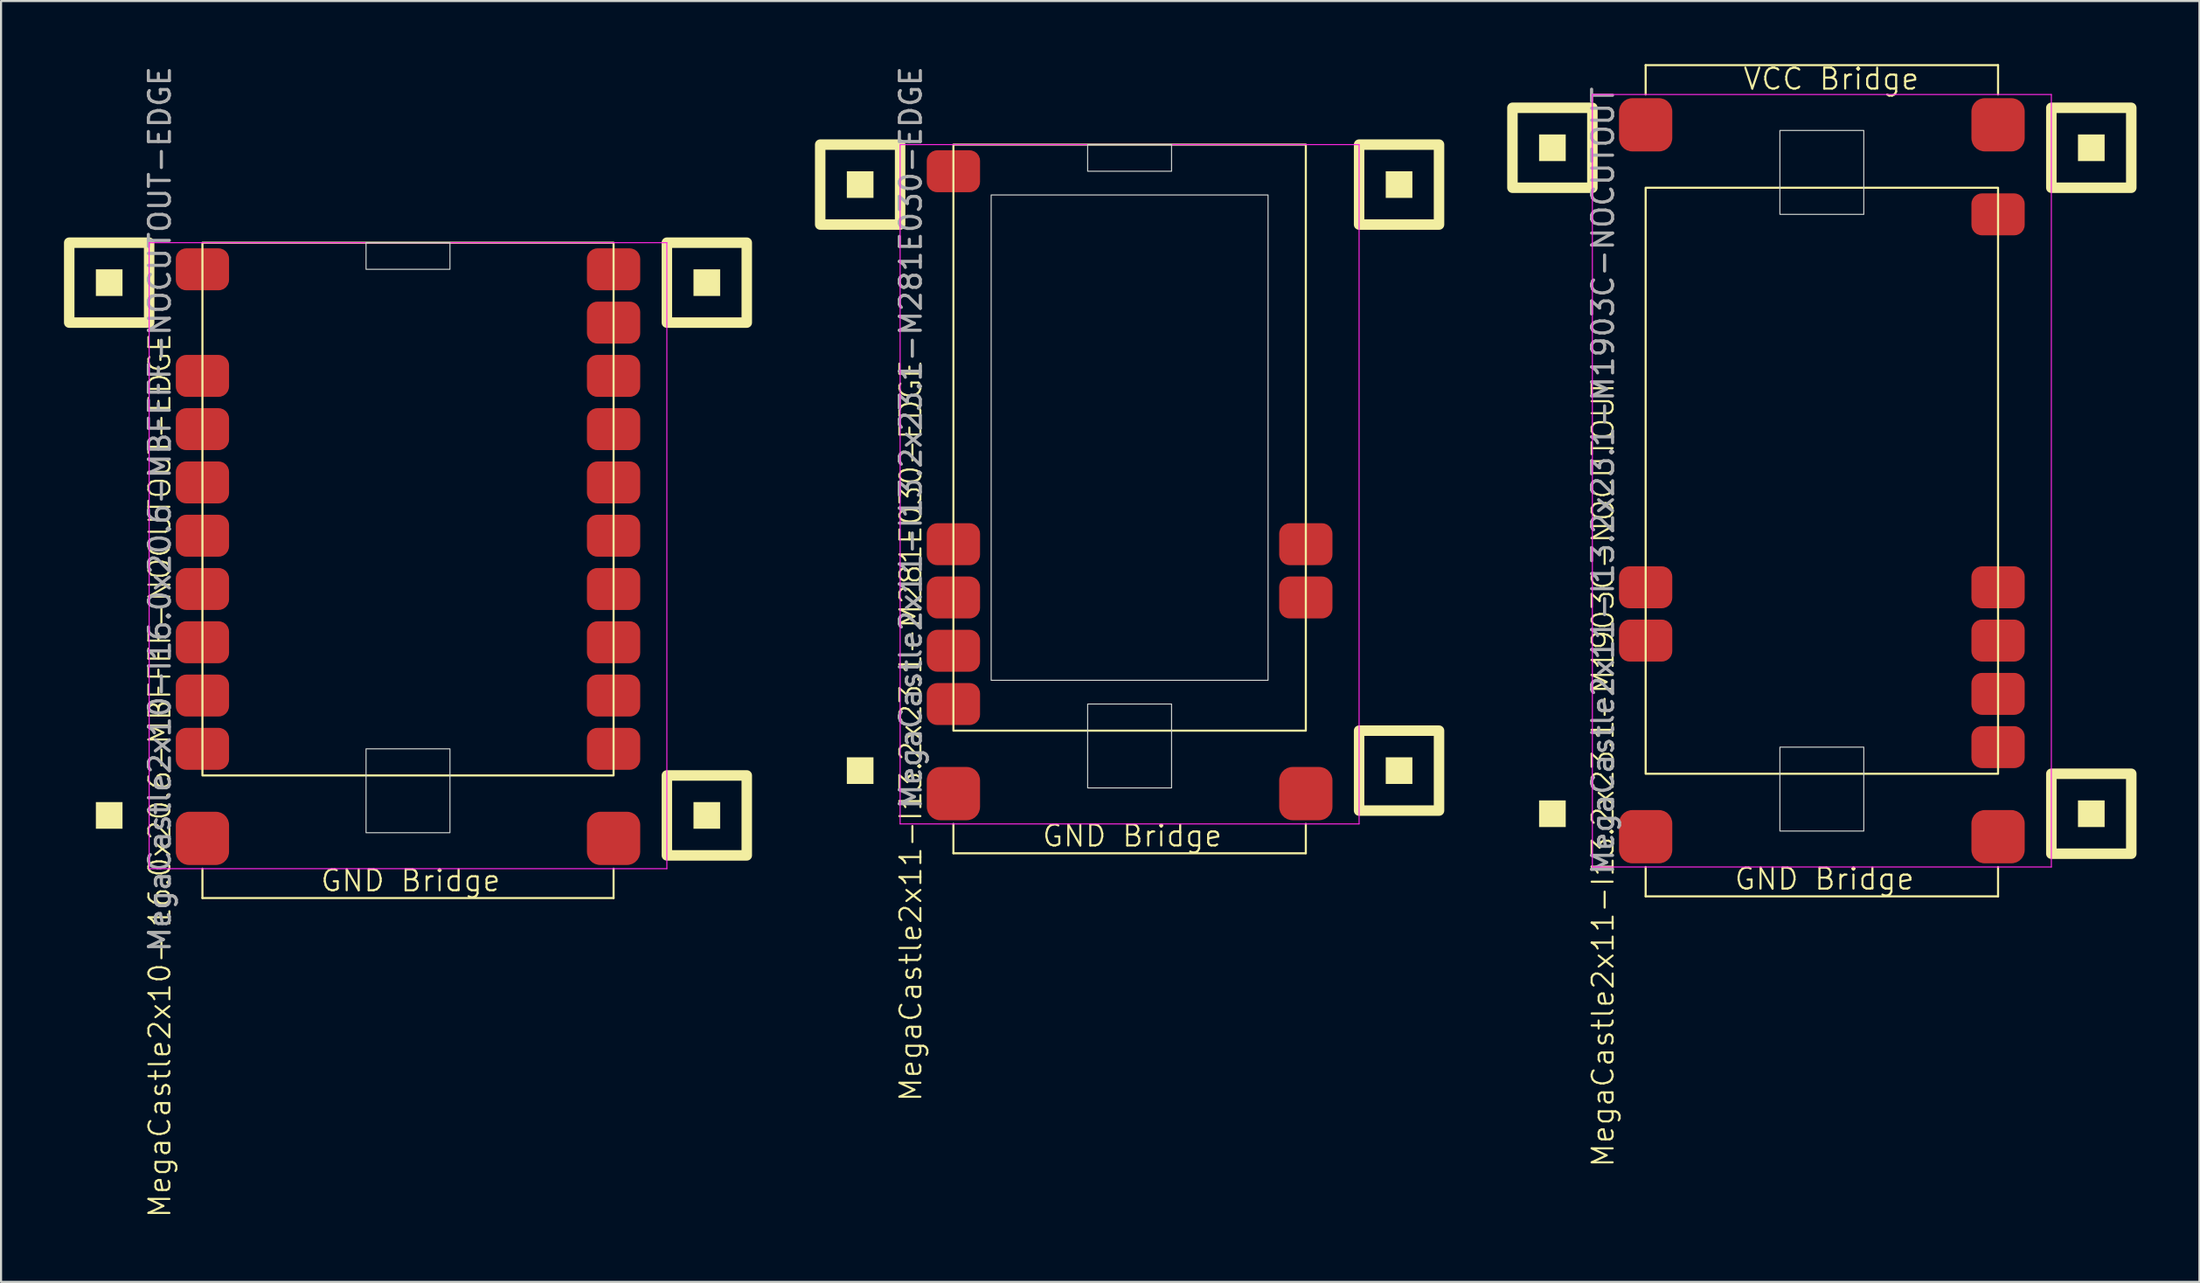
<source format=kicad_pcb>
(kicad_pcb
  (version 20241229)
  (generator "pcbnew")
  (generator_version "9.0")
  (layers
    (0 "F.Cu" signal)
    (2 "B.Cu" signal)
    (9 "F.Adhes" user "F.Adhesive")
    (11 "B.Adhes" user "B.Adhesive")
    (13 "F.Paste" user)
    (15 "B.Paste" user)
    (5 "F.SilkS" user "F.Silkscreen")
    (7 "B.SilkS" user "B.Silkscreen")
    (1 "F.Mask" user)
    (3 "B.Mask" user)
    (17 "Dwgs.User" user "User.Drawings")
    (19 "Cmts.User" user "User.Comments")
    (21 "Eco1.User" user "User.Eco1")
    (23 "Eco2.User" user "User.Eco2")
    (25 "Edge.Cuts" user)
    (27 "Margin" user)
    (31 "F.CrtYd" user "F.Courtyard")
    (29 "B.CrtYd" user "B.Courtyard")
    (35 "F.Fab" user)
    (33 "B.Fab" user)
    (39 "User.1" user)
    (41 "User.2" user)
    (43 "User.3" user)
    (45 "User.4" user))
  (footprint "MegaCastle2x11-I13.2x23.1-M1903C-NOCUTOUT"
    (layer "F.Cu")
    (at 83.8 19.87)
    (property "Reference" "MegaCastle2x11-I13.2x23.1-M1903C-NOCUTOUT" (at -10.432 13.97 90) (unlocked yes) (layer "F.SilkS") (effects (font (size 1 1) (thickness 0.1))))
    (attr smd)
    (fp_line (start -8.4 -19.815) (end 8.4 -19.815) (stroke (width 0.1) (type default)) (layer "F.SilkS"))
    (fp_line (start -8.4 -18.415) (end -8.4 -19.815) (stroke (width 0.1) (type default)) (layer "F.SilkS"))
    (fp_line (start -8.4 18.415) (end -8.4 19.815) (stroke (width 0.1) (type default)) (layer "F.SilkS"))
    (fp_line (start -8.4 19.815) (end 8.4 19.815) (stroke (width 0.1) (type default)) (layer "F.SilkS"))
    (fp_line (start 8.4 -18.415) (end 8.4 -19.815) (stroke (width 0.1) (type default)) (layer "F.SilkS"))
    (fp_line (start 8.4 18.415) (end 8.4 19.815) (stroke (width 0.1) (type default)) (layer "F.SilkS"))
    (fp_rect (start -12.21 -15.24) (end -13.48 -16.51) (stroke (width 0) (type solid)) (fill yes) (layer "F.SilkS"))
    (fp_rect (start -12.21 16.51) (end -13.48 15.24) (stroke (width 0) (type solid)) (fill yes) (layer "F.SilkS"))
    (fp_rect (start -10.94 -13.97) (end -14.75 -17.78) (stroke (width 0.5) (type default)) (fill no) (layer "F.SilkS"))
    (fp_rect (start -8.4 -13.97) (end 8.4 13.97) (stroke (width 0.1) (type default)) (fill no) (layer "F.SilkS"))
    (fp_rect (start 13.48 -15.24) (end 12.21 -16.51) (stroke (width 0) (type solid)) (fill yes) (layer "F.SilkS"))
    (fp_rect (start 13.48 16.51) (end 12.21 15.24) (stroke (width 0) (type solid)) (fill yes) (layer "F.SilkS"))
    (fp_rect (start 14.75 -13.97) (end 10.94 -17.78) (stroke (width 0.5) (type default)) (fill no) (layer "F.SilkS"))
    (fp_rect (start 14.75 17.78) (end 10.94 13.97) (stroke (width 0.5) (type default)) (fill no) (layer "F.SilkS"))
    (fp_rect (start -2 -12.7) (end 2 -16.7) (stroke (width 0.05) (type default)) (fill no) (layer "Edge.Cuts"))
    (fp_rect (start -2 12.7) (end 2 16.7) (stroke (width 0.05) (type default)) (fill no) (layer "Edge.Cuts"))
    (fp_line (start -10.94 -18.415) (end -10.94 18.415) (stroke (width 0.05) (type default)) (layer "F.CrtYd"))
    (fp_line (start -10.94 18.415) (end 10.94 18.415) (stroke (width 0.05) (type default)) (layer "F.CrtYd"))
    (fp_line (start 10.94 -18.415) (end -10.94 -18.415) (stroke (width 0.05) (type default)) (layer "F.CrtYd"))
    (fp_line (start 10.94 -18.415) (end 10.94 18.415) (stroke (width 0.05) (type default)) (layer "F.CrtYd"))
    (fp_text user "GND Bridge" (at -4.226 19.57 0) (unlocked yes) (layer "F.SilkS") (effects (font (size 1 1) (thickness 0.1)) (justify left bottom)))
    (fp_text user "VCC Bridge" (at -3.81 -18.57 0) (unlocked yes) (layer "F.SilkS") (effects (font (size 1 1) (thickness 0.1)) (justify left bottom)))
    (fp_text user "${REFERENCE}" (at -10.432 0 90) (unlocked yes) (layer "F.Fab") (effects (font (size 1 1) (thickness 0.15))))
    (pad "8" smd roundrect (at -8.4 5.08) (size 2.54 2) (layers "F.Cu" "F.Mask" "F.Paste") (roundrect_rratio 0.25))
    (pad "9" smd roundrect (at -8.4 7.62) (size 2.54 2) (layers "F.Cu" "F.Mask" "F.Paste") (roundrect_rratio 0.25))
    (pad "12" smd roundrect (at 8.4 -12.7) (size 2.54 2) (layers "F.Cu" "F.Mask" "F.Paste") (roundrect_rratio 0.25))
    (pad "19" smd roundrect (at 8.4 5.08) (size 2.54 2) (layers "F.Cu" "F.Mask" "F.Paste") (roundrect_rratio 0.25))
    (pad "20" smd roundrect (at 8.4 7.62) (size 2.54 2) (layers "F.Cu" "F.Mask" "F.Paste") (roundrect_rratio 0.25))
    (pad "21" smd roundrect (at 8.4 10.16) (size 2.54 2) (layers "F.Cu" "F.Mask" "F.Paste") (roundrect_rratio 0.25))
    (pad "22" smd roundrect (at 8.4 12.7) (size 2.54 2) (layers "F.Cu" "F.Mask" "F.Paste") (roundrect_rratio 0.25))
    (pad "A1" smd roundrect (at -8.4 -16.97) (size 2.54 2.54) (layers "F.Cu" "F.Mask" "F.Paste") (roundrect_rratio 0.25))
    (pad "A2" smd roundrect (at 8.4 -16.97) (size 2.54 2.54) (layers "F.Cu" "F.Mask" "F.Paste") (roundrect_rratio 0.25))
    (pad "B1" smd roundrect (at -8.4 16.97) (size 2.54 2.54) (layers "F.Cu" "F.Mask" "F.Paste") (roundrect_rratio 0.25))
    (pad "B2" smd roundrect (at 8.4 16.97) (size 2.54 2.54) (layers "F.Cu" "F.Mask" "F.Paste") (roundrect_rratio 0.25)))
  (footprint "MegaCastle2x10-I16.0x20.6-MBFFFF-NOCUTOUT-EDGE"
    (layer "F.Cu")
    (at 16.4 21.22)
    (property "Reference" "MegaCastle2x10-I16.0x20.6-MBFFFF-NOCUTOUT-EDGE" (at -11.832 12.7 90) (unlocked yes) (layer "F.SilkS") (effects (font (size 1 1) (thickness 0.1))))
    (attr smd)
    (fp_line (start -9.8 17.145) (end -9.8 18.545) (stroke (width 0.1) (type default)) (layer "F.SilkS"))
    (fp_line (start -9.8 18.545) (end 9.8 18.545) (stroke (width 0.1) (type default)) (layer "F.SilkS"))
    (fp_line (start 9.8 17.145) (end 9.8 18.545) (stroke (width 0.1) (type default)) (layer "F.SilkS"))
    (fp_rect (start -13.61 -10.16) (end -14.88 -11.43) (stroke (width 0) (type solid)) (fill yes) (layer "F.SilkS"))
    (fp_rect (start -13.61 15.24) (end -14.88 13.97) (stroke (width 0) (type solid)) (fill yes) (layer "F.SilkS"))
    (fp_rect (start -12.34 -8.89) (end -16.15 -12.7) (stroke (width 0.5) (type default)) (fill no) (layer "F.SilkS"))
    (fp_rect (start -9.8 -12.7) (end 9.8 12.7) (stroke (width 0.1) (type default)) (fill no) (layer "F.SilkS"))
    (fp_rect (start 14.88 -10.16) (end 13.61 -11.43) (stroke (width 0) (type solid)) (fill yes) (layer "F.SilkS"))
    (fp_rect (start 14.88 15.24) (end 13.61 13.97) (stroke (width 0) (type solid)) (fill yes) (layer "F.SilkS"))
    (fp_rect (start 16.15 -8.89) (end 12.34 -12.7) (stroke (width 0.5) (type default)) (fill no) (layer "F.SilkS"))
    (fp_rect (start 16.15 16.51) (end 12.34 12.7) (stroke (width 0.5) (type default)) (fill no) (layer "F.SilkS"))
    (fp_rect (start -2 -11.43) (end 2 -12.7) (stroke (width 0.05) (type default)) (fill no) (layer "Edge.Cuts"))
    (fp_rect (start -2 11.43) (end 2 15.43) (stroke (width 0.05) (type default)) (fill no) (layer "Edge.Cuts"))
    (fp_line (start -12.34 -12.7) (end -12.34 17.145) (stroke (width 0.05) (type default)) (layer "F.CrtYd"))
    (fp_line (start -12.34 17.145) (end 12.34 17.145) (stroke (width 0.05) (type default)) (layer "F.CrtYd"))
    (fp_line (start 12.34 -12.7) (end -12.34 -12.7) (stroke (width 0.05) (type default)) (layer "F.CrtYd"))
    (fp_line (start 12.34 -12.7) (end 12.34 17.145) (stroke (width 0.05) (type default)) (layer "F.CrtYd"))
    (fp_text user "GND Bridge" (at -4.226 18.3 0) (unlocked yes) (layer "F.SilkS") (effects (font (size 1 1) (thickness 0.1)) (justify left bottom)))
    (fp_text user "${REFERENCE}" (at -11.832 0 90) (unlocked yes) (layer "F.Fab") (effects (font (size 1 1) (thickness 0.15))))
    (pad "1" smd roundrect (at -9.8 -11.43) (size 2.54 2) (layers "F.Cu" "F.Mask" "F.Paste") (roundrect_rratio 0.25))
    (pad "3" smd roundrect (at -9.8 -6.35) (size 2.54 2) (layers "F.Cu" "F.Mask" "F.Paste") (roundrect_rratio 0.25))
    (pad "4" smd roundrect (at -9.8 -3.81) (size 2.54 2) (layers "F.Cu" "F.Mask" "F.Paste") (roundrect_rratio 0.25))
    (pad "5" smd roundrect (at -9.8 -1.27) (size 2.54 2) (layers "F.Cu" "F.Mask" "F.Paste") (roundrect_rratio 0.25))
    (pad "6" smd roundrect (at -9.8 1.27) (size 2.54 2) (layers "F.Cu" "F.Mask" "F.Paste") (roundrect_rratio 0.25))
    (pad "7" smd roundrect (at -9.8 3.81) (size 2.54 2) (layers "F.Cu" "F.Mask" "F.Paste") (roundrect_rratio 0.25))
    (pad "8" smd roundrect (at -9.8 6.35) (size 2.54 2) (layers "F.Cu" "F.Mask" "F.Paste") (roundrect_rratio 0.25))
    (pad "9" smd roundrect (at -9.8 8.89) (size 2.54 2) (layers "F.Cu" "F.Mask" "F.Paste") (roundrect_rratio 0.25))
    (pad "10" smd roundrect (at -9.8 11.43) (size 2.54 2) (layers "F.Cu" "F.Mask" "F.Paste") (roundrect_rratio 0.25))
    (pad "11" smd roundrect (at 9.8 -11.43) (size 2.54 2) (layers "F.Cu" "F.Mask" "F.Paste") (roundrect_rratio 0.25))
    (pad "12" smd roundrect (at 9.8 -8.89) (size 2.54 2) (layers "F.Cu" "F.Mask" "F.Paste") (roundrect_rratio 0.25))
    (pad "13" smd roundrect (at 9.8 -6.35) (size 2.54 2) (layers "F.Cu" "F.Mask" "F.Paste") (roundrect_rratio 0.25))
    (pad "14" smd roundrect (at 9.8 -3.81) (size 2.54 2) (layers "F.Cu" "F.Mask" "F.Paste") (roundrect_rratio 0.25))
    (pad "15" smd roundrect (at 9.8 -1.27) (size 2.54 2) (layers "F.Cu" "F.Mask" "F.Paste") (roundrect_rratio 0.25))
    (pad "16" smd roundrect (at 9.8 1.27) (size 2.54 2) (layers "F.Cu" "F.Mask" "F.Paste") (roundrect_rratio 0.25))
    (pad "17" smd roundrect (at 9.8 3.81) (size 2.54 2) (layers "F.Cu" "F.Mask" "F.Paste") (roundrect_rratio 0.25))
    (pad "18" smd roundrect (at 9.8 6.35) (size 2.54 2) (layers "F.Cu" "F.Mask" "F.Paste") (roundrect_rratio 0.25))
    (pad "19" smd roundrect (at 9.8 8.89) (size 2.54 2) (layers "F.Cu" "F.Mask" "F.Paste") (roundrect_rratio 0.25))
    (pad "20" smd roundrect (at 9.8 11.43) (size 2.54 2) (layers "F.Cu" "F.Mask" "F.Paste") (roundrect_rratio 0.25))
    (pad "B1" smd roundrect (at -9.8 15.7) (size 2.54 2.54) (layers "F.Cu" "F.Mask" "F.Paste") (roundrect_rratio 0.25))
    (pad "B2" smd roundrect (at 9.8 15.7) (size 2.54 2.54) (layers "F.Cu" "F.Mask" "F.Paste") (roundrect_rratio 0.25)))
  (footprint "MegaCastle2x11-I13.2x23.1-M281E030-EDGE"
    (layer "F.Cu")
    (at 50.8 17.815)
    (property "Reference" "MegaCastle2x11-I13.2x23.1-M281E030-EDGE" (at -10.432 13.97 90) (unlocked yes) (layer "F.SilkS") (effects (font (size 1 1) (thickness 0.1))))
    (attr smd)
    (fp_line (start -8.4 18.415) (end -8.4 19.815) (stroke (width 0.1) (type default)) (layer "F.SilkS"))
    (fp_line (start -8.4 19.815) (end 8.4 19.815) (stroke (width 0.1) (type default)) (layer "F.SilkS"))
    (fp_line (start 8.4 18.415) (end 8.4 19.815) (stroke (width 0.1) (type default)) (layer "F.SilkS"))
    (fp_rect (start -12.21 -11.43) (end -13.48 -12.7) (stroke (width 0) (type solid)) (fill yes) (layer "F.SilkS"))
    (fp_rect (start -12.21 16.51) (end -13.48 15.24) (stroke (width 0) (type solid)) (fill yes) (layer "F.SilkS"))
    (fp_rect (start -10.94 -10.16) (end -14.75 -13.97) (stroke (width 0.5) (type default)) (fill no) (layer "F.SilkS"))
    (fp_rect (start -8.4 -13.97) (end 8.4 13.97) (stroke (width 0.1) (type default)) (fill no) (layer "F.SilkS"))
    (fp_rect (start 13.48 -11.43) (end 12.21 -12.7) (stroke (width 0) (type solid)) (fill yes) (layer "F.SilkS"))
    (fp_rect (start 13.48 16.51) (end 12.21 15.24) (stroke (width 0) (type solid)) (fill yes) (layer "F.SilkS"))
    (fp_rect (start 14.75 -10.16) (end 10.94 -13.97) (stroke (width 0.5) (type default)) (fill no) (layer "F.SilkS"))
    (fp_rect (start 14.75 17.78) (end 10.94 13.97) (stroke (width 0.5) (type default)) (fill no) (layer "F.SilkS"))
    (fp_rect (start -6.6 -11.57) (end 6.6 11.57) (stroke (width 0.05) (type default)) (fill no) (layer "Edge.Cuts"))
    (fp_rect (start -2 -12.7) (end 2 -13.97) (stroke (width 0.05) (type default)) (fill no) (layer "Edge.Cuts"))
    (fp_rect (start -2 12.7) (end 2 16.7) (stroke (width 0.05) (type default)) (fill no) (layer "Edge.Cuts"))
    (fp_line (start -10.94 -13.97) (end -10.94 18.415) (stroke (width 0.05) (type default)) (layer "F.CrtYd"))
    (fp_line (start -10.94 18.415) (end 10.94 18.415) (stroke (width 0.05) (type default)) (layer "F.CrtYd"))
    (fp_line (start 10.94 -13.97) (end -10.94 -13.97) (stroke (width 0.05) (type default)) (layer "F.CrtYd"))
    (fp_line (start 10.94 -13.97) (end 10.94 18.415) (stroke (width 0.05) (type default)) (layer "F.CrtYd"))
    (fp_text user "GND Bridge" (at -4.226 19.57 0) (unlocked yes) (layer "F.SilkS") (effects (font (size 1 1) (thickness 0.1)) (justify left bottom)))
    (fp_text user "${REFERENCE}" (at -10.432 0 90) (unlocked yes) (layer "F.Fab") (effects (font (size 1 1) (thickness 0.15))))
    (pad "1" smd roundrect (at -8.4 -12.7) (size 2.54 2) (layers "F.Cu" "F.Mask" "F.Paste") (roundrect_rratio 0.25))
    (pad "8" smd roundrect (at -8.4 5.08) (size 2.54 2) (layers "F.Cu" "F.Mask" "F.Paste") (roundrect_rratio 0.25))
    (pad "9" smd roundrect (at -8.4 7.62) (size 2.54 2) (layers "F.Cu" "F.Mask" "F.Paste") (roundrect_rratio 0.25))
    (pad "10" smd roundrect (at -8.4 10.16) (size 2.54 2) (layers "F.Cu" "F.Mask" "F.Paste") (roundrect_rratio 0.25))
    (pad "11" smd roundrect (at -8.4 12.7) (size 2.54 2) (layers "F.Cu" "F.Mask" "F.Paste") (roundrect_rratio 0.25))
    (pad "19" smd roundrect (at 8.4 5.08) (size 2.54 2) (layers "F.Cu" "F.Mask" "F.Paste") (roundrect_rratio 0.25))
    (pad "20" smd roundrect (at 8.4 7.62) (size 2.54 2) (layers "F.Cu" "F.Mask" "F.Paste") (roundrect_rratio 0.25))
    (pad "B1" smd roundrect (at -8.4 16.97) (size 2.54 2.54) (layers "F.Cu" "F.Mask" "F.Paste") (roundrect_rratio 0.25))
    (pad "B2" smd roundrect (at 8.4 16.97) (size 2.54 2.54) (layers "F.Cu" "F.Mask" "F.Paste") (roundrect_rratio 0.25)))
  (gr_rect
    (start -3 -3)
    (end 101.8 58.065)
    (stroke (width 0.1) (type default))
    (fill no)
    (layer "Edge.Cuts")))
</source>
